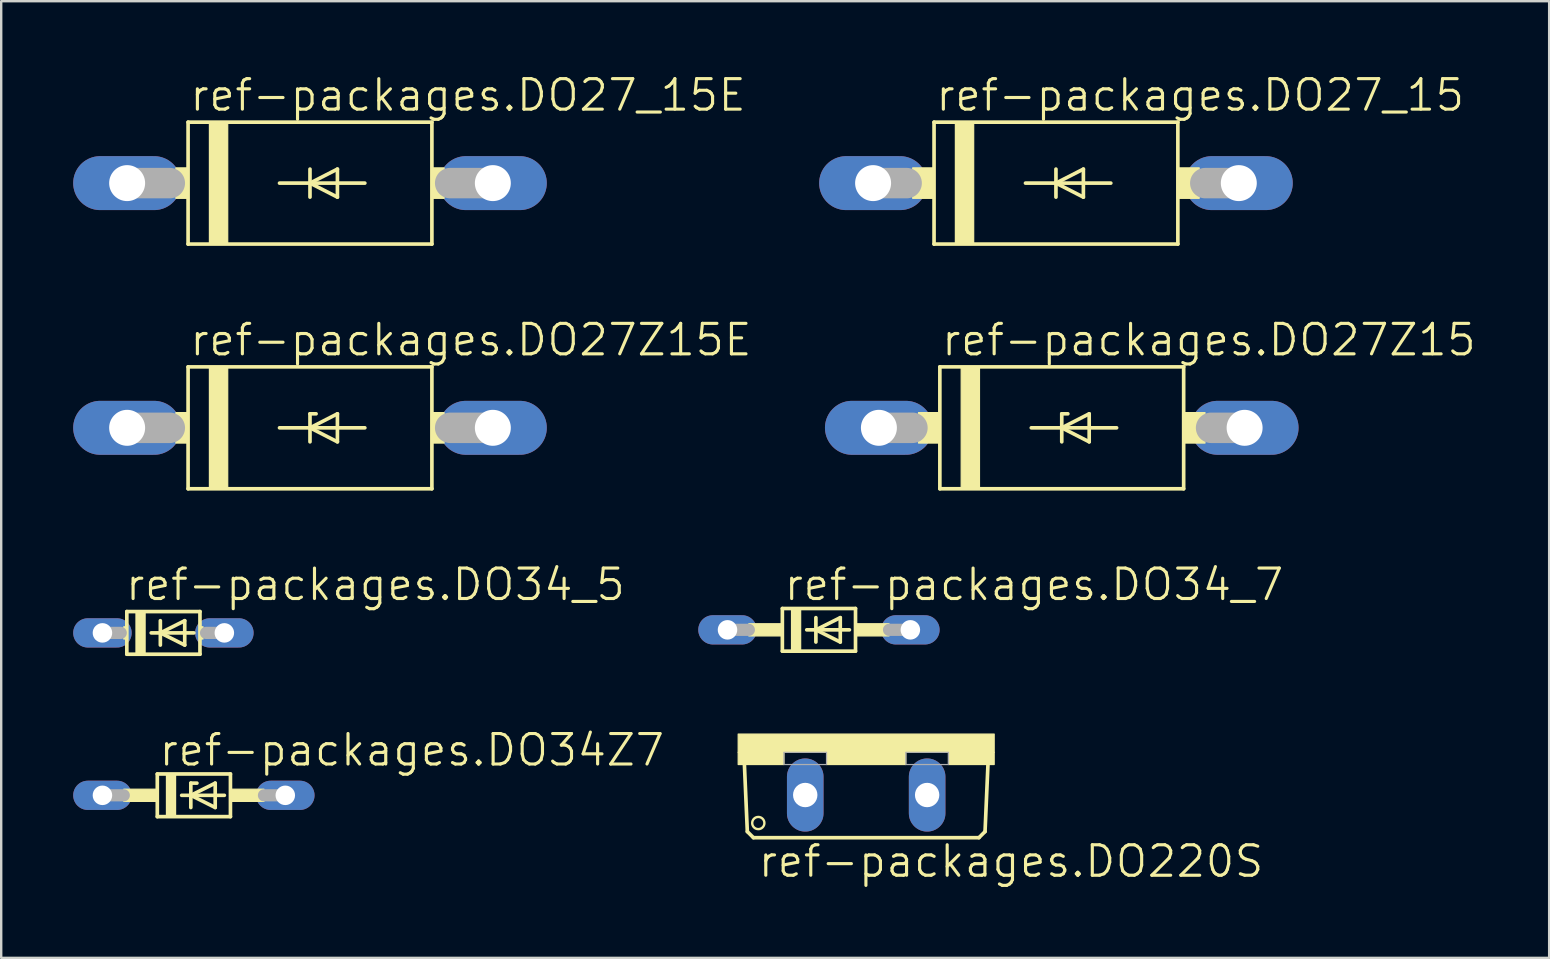
<source format=kicad_pcb>
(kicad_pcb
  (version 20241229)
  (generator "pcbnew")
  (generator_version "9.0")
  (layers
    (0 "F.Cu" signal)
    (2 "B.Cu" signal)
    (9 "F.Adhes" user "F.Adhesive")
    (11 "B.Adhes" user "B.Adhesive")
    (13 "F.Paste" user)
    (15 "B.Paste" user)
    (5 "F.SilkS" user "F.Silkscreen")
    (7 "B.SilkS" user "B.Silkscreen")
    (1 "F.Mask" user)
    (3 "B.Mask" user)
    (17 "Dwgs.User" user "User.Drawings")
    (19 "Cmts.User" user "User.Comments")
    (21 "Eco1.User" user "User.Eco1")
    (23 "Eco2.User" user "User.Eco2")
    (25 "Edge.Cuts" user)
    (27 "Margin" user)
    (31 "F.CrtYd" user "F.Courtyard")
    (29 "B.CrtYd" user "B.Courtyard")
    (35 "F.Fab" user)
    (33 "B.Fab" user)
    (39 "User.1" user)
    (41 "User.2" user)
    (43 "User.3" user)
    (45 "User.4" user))
  (footprint "ref-packages.DO27_15E"
    (layer "F.Cu")
    (at 9.868 4.581)
    (property "Reference" "ref-packages.DO27_15E" (at -5.08 -2.921 0) (layer "F.SilkS") (effects (font (size 1.27 1.27) (thickness 0.13)) (justify left bottom)))
    (attr through_hole)
    (fp_line (start -5.08 -2.54) (end 5.08 -2.54) (stroke (width 0.152) (type default)) (layer "F.SilkS"))
    (fp_line (start -5.08 2.54) (end -5.08 -2.54) (stroke (width 0.152) (type default)) (layer "F.SilkS"))
    (fp_line (start -1.27 0) (end 0 0) (stroke (width 0.152) (type default)) (layer "F.SilkS"))
    (fp_line (start 0 -0.584) (end 0 0) (stroke (width 0.152) (type default)) (layer "F.SilkS"))
    (fp_line (start 0 0) (end 0 0.584) (stroke (width 0.152) (type default)) (layer "F.SilkS"))
    (fp_line (start 0 0) (end 1.143 -0.584) (stroke (width 0.152) (type default)) (layer "F.SilkS"))
    (fp_line (start 0 0) (end 2.286 0) (stroke (width 0.152) (type default)) (layer "F.SilkS"))
    (fp_line (start 1.143 -0.584) (end 1.143 0.584) (stroke (width 0.152) (type default)) (layer "F.SilkS"))
    (fp_line (start 1.143 0.584) (end 0 0) (stroke (width 0.152) (type default)) (layer "F.SilkS"))
    (fp_line (start 5.08 -2.54) (end 5.08 2.54) (stroke (width 0.152) (type default)) (layer "F.SilkS"))
    (fp_line (start 5.08 2.54) (end -5.08 2.54) (stroke (width 0.152) (type default)) (layer "F.SilkS"))
    (fp_rect (start -5.588 0.635) (end -5.08 -0.635) (stroke (width 0.05) (type default)) (fill yes) (layer "F.SilkS"))
    (fp_rect (start -4.191 2.54) (end -3.429 -2.54) (stroke (width 0.05) (type default)) (fill yes) (layer "F.SilkS"))
    (fp_rect (start 5.08 0.635) (end 5.588 -0.635) (stroke (width 0.05) (type default)) (fill yes) (layer "F.SilkS"))
    (fp_line (start -7.62 0) (end -5.842 0) (stroke (width 1.27) (type default)) (layer "F.Fab"))
    (fp_line (start 7.62 0) (end 5.842 0) (stroke (width 1.27) (type default)) (layer "F.Fab"))
    (pad "A" thru_hole oval (at 7.62 0) (size 4.496 2.248) (drill 1.499) (layers "*.Cu" "*.Mask"))
    (pad "C" thru_hole oval (at -7.62 0) (size 4.496 2.248) (drill 1.499) (layers "*.Cu" "*.Mask")))
  (footprint "ref-packages.DO34Z7"
    (layer "F.Cu")
    (at 5.029 30.093)
    (property "Reference" "ref-packages.DO34Z7" (at -1.524 -1.143 0) (layer "F.SilkS") (effects (font (size 1.27 1.27) (thickness 0.13)) (justify left bottom)))
    (attr through_hole)
    (fp_line (start -1.524 -0.889) (end -1.524 0.889) (stroke (width 0.152) (type default)) (layer "F.SilkS"))
    (fp_line (start -1.524 0.889) (end 1.524 0.889) (stroke (width 0.152) (type default)) (layer "F.SilkS"))
    (fp_line (start -0.508 0) (end -0.127 0) (stroke (width 0.152) (type default)) (layer "F.SilkS"))
    (fp_line (start -0.127 -0.508) (end -0.127 0) (stroke (width 0.152) (type default)) (layer "F.SilkS"))
    (fp_line (start -0.127 0) (end -0.127 0.508) (stroke (width 0.152) (type default)) (layer "F.SilkS"))
    (fp_line (start -0.127 0) (end 0.889 -0.508) (stroke (width 0.152) (type default)) (layer "F.SilkS"))
    (fp_line (start -0.127 0) (end 1.27 0) (stroke (width 0.152) (type default)) (layer "F.SilkS"))
    (fp_line (start 0.127 -0.508) (end -0.127 -0.508) (stroke (width 0.152) (type default)) (layer "F.SilkS"))
    (fp_line (start 0.889 -0.508) (end 0.889 0.508) (stroke (width 0.152) (type default)) (layer "F.SilkS"))
    (fp_line (start 0.889 0.508) (end -0.127 0) (stroke (width 0.152) (type default)) (layer "F.SilkS"))
    (fp_line (start 1.524 -0.889) (end -1.524 -0.889) (stroke (width 0.152) (type default)) (layer "F.SilkS"))
    (fp_line (start 1.524 0.889) (end 1.524 -0.889) (stroke (width 0.152) (type default)) (layer "F.SilkS"))
    (fp_rect (start -2.921 0.254) (end -1.524 -0.254) (stroke (width 0.05) (type default)) (fill yes) (layer "F.SilkS"))
    (fp_rect (start -1.143 0.889) (end -0.762 -0.889) (stroke (width 0.05) (type default)) (fill yes) (layer "F.SilkS"))
    (fp_rect (start 1.524 0.254) (end 2.921 -0.254) (stroke (width 0.05) (type default)) (fill yes) (layer "F.SilkS"))
    (fp_line (start -3.81 0) (end -2.921 0) (stroke (width 0.508) (type default)) (layer "F.Fab"))
    (fp_line (start 3.81 0) (end 2.921 0) (stroke (width 0.508) (type default)) (layer "F.Fab"))
    (pad "A" thru_hole oval (at 3.81 0) (size 2.438 1.219) (drill 0.813) (layers "*.Cu" "*.Mask"))
    (pad "C" thru_hole oval (at -3.81 0) (size 2.438 1.219) (drill 0.813) (layers "*.Cu" "*.Mask")))
  (footprint "ref-packages.DO27Z15E"
    (layer "F.Cu")
    (at 9.868 14.778)
    (property "Reference" "ref-packages.DO27Z15E" (at -5.08 -2.921 0) (layer "F.SilkS") (effects (font (size 1.27 1.27) (thickness 0.13)) (justify left bottom)))
    (attr through_hole)
    (fp_line (start -5.08 -2.54) (end 5.08 -2.54) (stroke (width 0.152) (type default)) (layer "F.SilkS"))
    (fp_line (start -5.08 2.54) (end -5.08 -2.54) (stroke (width 0.152) (type default)) (layer "F.SilkS"))
    (fp_line (start -1.27 0) (end 0 0) (stroke (width 0.152) (type default)) (layer "F.SilkS"))
    (fp_line (start 0 -0.584) (end 0 0) (stroke (width 0.152) (type default)) (layer "F.SilkS"))
    (fp_line (start 0 -0.584) (end 0.254 -0.584) (stroke (width 0.152) (type default)) (layer "F.SilkS"))
    (fp_line (start 0 0) (end 0 0.584) (stroke (width 0.152) (type default)) (layer "F.SilkS"))
    (fp_line (start 0 0) (end 1.143 -0.584) (stroke (width 0.152) (type default)) (layer "F.SilkS"))
    (fp_line (start 0 0) (end 2.286 0) (stroke (width 0.152) (type default)) (layer "F.SilkS"))
    (fp_line (start 1.143 -0.584) (end 1.143 0.584) (stroke (width 0.152) (type default)) (layer "F.SilkS"))
    (fp_line (start 1.143 0.584) (end 0 0) (stroke (width 0.152) (type default)) (layer "F.SilkS"))
    (fp_line (start 5.08 -2.54) (end 5.08 2.54) (stroke (width 0.152) (type default)) (layer "F.SilkS"))
    (fp_line (start 5.08 2.54) (end -5.08 2.54) (stroke (width 0.152) (type default)) (layer "F.SilkS"))
    (fp_rect (start -5.588 0.635) (end -5.08 -0.635) (stroke (width 0.05) (type default)) (fill yes) (layer "F.SilkS"))
    (fp_rect (start -4.191 2.54) (end -3.429 -2.54) (stroke (width 0.05) (type default)) (fill yes) (layer "F.SilkS"))
    (fp_rect (start 5.08 0.635) (end 5.588 -0.635) (stroke (width 0.05) (type default)) (fill yes) (layer "F.SilkS"))
    (fp_line (start -7.62 0) (end -5.842 0) (stroke (width 1.27) (type default)) (layer "F.Fab"))
    (fp_line (start 7.62 0) (end 5.842 0) (stroke (width 1.27) (type default)) (layer "F.Fab"))
    (pad "A" thru_hole oval (at 7.62 0) (size 4.496 2.248) (drill 1.499) (layers "*.Cu" "*.Mask"))
    (pad "C" thru_hole oval (at -7.62 0) (size 4.496 2.248) (drill 1.499) (layers "*.Cu" "*.Mask")))
  (footprint "ref-packages.DO220S"
    (layer "F.Cu")
    (at 33.046 27.54)
    (property "Reference" "ref-packages.DO220S" (at -4.572 6.045 0) (layer "F.SilkS") (effects (font (size 1.27 1.27) (thickness 0.13)) (justify left bottom)))
    (attr through_hole)
    (fp_line (start -4.953 4.064) (end -5.08 1.143) (stroke (width 0.152) (type default)) (layer "F.SilkS"))
    (fp_line (start -4.953 4.064) (end -4.699 4.318) (stroke (width 0.152) (type default)) (layer "F.SilkS"))
    (fp_line (start 4.699 4.318) (end -4.699 4.318) (stroke (width 0.152) (type default)) (layer "F.SilkS"))
    (fp_line (start 4.699 4.318) (end 4.953 4.064) (stroke (width 0.152) (type default)) (layer "F.SilkS"))
    (fp_line (start 5.08 1.143) (end 4.953 4.064) (stroke (width 0.152) (type default)) (layer "F.SilkS"))
    (fp_rect (start -5.334 0.762) (end 5.334 0) (stroke (width 0.05) (type default)) (fill yes) (layer "F.SilkS"))
    (fp_rect (start -5.334 1.27) (end -3.429 0.762) (stroke (width 0.05) (type default)) (fill yes) (layer "F.SilkS"))
    (fp_rect (start -1.651 1.27) (end 1.651 0.762) (stroke (width 0.05) (type default)) (fill yes) (layer "F.SilkS"))
    (fp_rect (start 3.429 1.27) (end 5.334 0.762) (stroke (width 0.05) (type default)) (fill yes) (layer "F.SilkS"))
    (fp_circle (center -4.496 3.708) (end -4.242 3.708) (stroke (width 0.1) (type default)) (fill no) (layer "F.SilkS"))
    (fp_rect (start -3.429 1.27) (end -1.651 0.762) (stroke (width 0.05) (type default)) (fill no) (layer "F.Fab"))
    (fp_rect (start 1.651 1.27) (end 3.429 0.762) (stroke (width 0.05) (type default)) (fill no) (layer "F.Fab"))
    (pad "A" thru_hole oval (at 2.54 2.54 90) (size 3.048 1.524) (drill 1.016) (layers "*.Cu" "*.Mask"))
    (pad "C" thru_hole oval (at -2.54 2.54 90) (size 3.048 1.524) (drill 1.016) (layers "*.Cu" "*.Mask")))
  (footprint "ref-packages.DO27_15"
    (layer "F.Cu")
    (at 40.954 4.581)
    (property "Reference" "ref-packages.DO27_15" (at -5.08 -2.921 0) (layer "F.SilkS") (effects (font (size 1.27 1.27) (thickness 0.13)) (justify left bottom)))
    (attr through_hole)
    (fp_line (start -5.08 -2.54) (end 5.08 -2.54) (stroke (width 0.152) (type default)) (layer "F.SilkS"))
    (fp_line (start -5.08 2.54) (end -5.08 -2.54) (stroke (width 0.152) (type default)) (layer "F.SilkS"))
    (fp_line (start -1.27 0) (end 0 0) (stroke (width 0.152) (type default)) (layer "F.SilkS"))
    (fp_line (start 0 -0.584) (end 0 0) (stroke (width 0.152) (type default)) (layer "F.SilkS"))
    (fp_line (start 0 0) (end 0 0.584) (stroke (width 0.152) (type default)) (layer "F.SilkS"))
    (fp_line (start 0 0) (end 1.143 -0.584) (stroke (width 0.152) (type default)) (layer "F.SilkS"))
    (fp_line (start 0 0) (end 2.286 0) (stroke (width 0.152) (type default)) (layer "F.SilkS"))
    (fp_line (start 1.143 -0.584) (end 1.143 0.584) (stroke (width 0.152) (type default)) (layer "F.SilkS"))
    (fp_line (start 1.143 0.584) (end 0 0) (stroke (width 0.152) (type default)) (layer "F.SilkS"))
    (fp_line (start 5.08 -2.54) (end 5.08 2.54) (stroke (width 0.152) (type default)) (layer "F.SilkS"))
    (fp_line (start 5.08 2.54) (end -5.08 2.54) (stroke (width 0.152) (type default)) (layer "F.SilkS"))
    (fp_rect (start -5.969 0.635) (end -5.08 -0.635) (stroke (width 0.05) (type default)) (fill yes) (layer "F.SilkS"))
    (fp_rect (start -4.191 2.54) (end -3.429 -2.54) (stroke (width 0.05) (type default)) (fill yes) (layer "F.SilkS"))
    (fp_rect (start 5.08 0.635) (end 5.969 -0.635) (stroke (width 0.05) (type default)) (fill yes) (layer "F.SilkS"))
    (fp_line (start -7.62 0) (end -6.223 0) (stroke (width 1.27) (type default)) (layer "F.Fab"))
    (fp_line (start 7.62 0) (end 6.223 0) (stroke (width 1.27) (type default)) (layer "F.Fab"))
    (pad "A" thru_hole oval (at 7.62 0) (size 4.496 2.248) (drill 1.499) (layers "*.Cu" "*.Mask"))
    (pad "C" thru_hole oval (at -7.62 0) (size 4.496 2.248) (drill 1.499) (layers "*.Cu" "*.Mask")))
  (footprint "ref-packages.DO34_7"
    (layer "F.Cu")
    (at 31.077 23.197)
    (property "Reference" "ref-packages.DO34_7" (at -1.524 -1.143 0) (layer "F.SilkS") (effects (font (size 1.27 1.27) (thickness 0.13)) (justify left bottom)))
    (attr through_hole)
    (fp_line (start -1.524 -0.889) (end -1.524 0.889) (stroke (width 0.152) (type default)) (layer "F.SilkS"))
    (fp_line (start -1.524 0.889) (end 1.524 0.889) (stroke (width 0.152) (type default)) (layer "F.SilkS"))
    (fp_line (start -0.508 0) (end -0.127 0) (stroke (width 0.152) (type default)) (layer "F.SilkS"))
    (fp_line (start -0.127 -0.508) (end -0.127 0) (stroke (width 0.152) (type default)) (layer "F.SilkS"))
    (fp_line (start -0.127 0) (end -0.127 0.508) (stroke (width 0.152) (type default)) (layer "F.SilkS"))
    (fp_line (start -0.127 0) (end 0.889 -0.508) (stroke (width 0.152) (type default)) (layer "F.SilkS"))
    (fp_line (start -0.127 0) (end 1.27 0) (stroke (width 0.152) (type default)) (layer "F.SilkS"))
    (fp_line (start 0.889 -0.508) (end 0.889 0.508) (stroke (width 0.152) (type default)) (layer "F.SilkS"))
    (fp_line (start 0.889 0.508) (end -0.127 0) (stroke (width 0.152) (type default)) (layer "F.SilkS"))
    (fp_line (start 1.524 -0.889) (end -1.524 -0.889) (stroke (width 0.152) (type default)) (layer "F.SilkS"))
    (fp_line (start 1.524 0.889) (end 1.524 -0.889) (stroke (width 0.152) (type default)) (layer "F.SilkS"))
    (fp_rect (start -2.921 0.254) (end -1.524 -0.254) (stroke (width 0.05) (type default)) (fill yes) (layer "F.SilkS"))
    (fp_rect (start -1.143 0.889) (end -0.762 -0.889) (stroke (width 0.05) (type default)) (fill yes) (layer "F.SilkS"))
    (fp_rect (start 1.524 0.254) (end 2.921 -0.254) (stroke (width 0.05) (type default)) (fill yes) (layer "F.SilkS"))
    (fp_line (start -3.81 0) (end -2.921 0) (stroke (width 0.508) (type default)) (layer "F.Fab"))
    (fp_line (start 3.81 0) (end 2.921 0) (stroke (width 0.508) (type default)) (layer "F.Fab"))
    (pad "A" thru_hole oval (at 3.81 0) (size 2.438 1.219) (drill 0.813) (layers "*.Cu" "*.Mask"))
    (pad "C" thru_hole oval (at -3.81 0) (size 2.438 1.219) (drill 0.813) (layers "*.Cu" "*.Mask")))
  (footprint "ref-packages.DO34_5"
    (layer "F.Cu")
    (at 3.759 23.324)
    (property "Reference" "ref-packages.DO34_5" (at -1.651 -1.27 0) (layer "F.SilkS") (effects (font (size 1.27 1.27) (thickness 0.13)) (justify left bottom)))
    (attr through_hole)
    (fp_line (start -1.524 -0.889) (end -1.524 0.889) (stroke (width 0.152) (type default)) (layer "F.SilkS"))
    (fp_line (start -1.524 0.889) (end 1.524 0.889) (stroke (width 0.152) (type default)) (layer "F.SilkS"))
    (fp_line (start -0.508 0) (end -0.127 0) (stroke (width 0.152) (type default)) (layer "F.SilkS"))
    (fp_line (start -0.127 -0.508) (end -0.127 0) (stroke (width 0.152) (type default)) (layer "F.SilkS"))
    (fp_line (start -0.127 0) (end -0.127 0.508) (stroke (width 0.152) (type default)) (layer "F.SilkS"))
    (fp_line (start -0.127 0) (end 0.889 -0.508) (stroke (width 0.152) (type default)) (layer "F.SilkS"))
    (fp_line (start -0.127 0) (end 1.27 0) (stroke (width 0.152) (type default)) (layer "F.SilkS"))
    (fp_line (start 0.889 -0.508) (end 0.889 0.508) (stroke (width 0.152) (type default)) (layer "F.SilkS"))
    (fp_line (start 0.889 0.508) (end -0.127 0) (stroke (width 0.152) (type default)) (layer "F.SilkS"))
    (fp_line (start 1.524 -0.889) (end -1.524 -0.889) (stroke (width 0.152) (type default)) (layer "F.SilkS"))
    (fp_line (start 1.524 0.889) (end 1.524 -0.889) (stroke (width 0.152) (type default)) (layer "F.SilkS"))
    (fp_rect (start -1.651 0.254) (end -1.524 -0.254) (stroke (width 0.05) (type default)) (fill yes) (layer "F.SilkS"))
    (fp_rect (start -1.143 0.889) (end -0.762 -0.889) (stroke (width 0.05) (type default)) (fill yes) (layer "F.SilkS"))
    (fp_rect (start 1.524 0.254) (end 1.651 -0.254) (stroke (width 0.05) (type default)) (fill yes) (layer "F.SilkS"))
    (fp_line (start -2.54 0) (end -1.778 0) (stroke (width 0.508) (type default)) (layer "F.Fab"))
    (fp_line (start 2.54 0) (end 1.778 0) (stroke (width 0.508) (type default)) (layer "F.Fab"))
    (pad "A" thru_hole oval (at 2.54 0) (size 2.438 1.219) (drill 0.813) (layers "*.Cu" "*.Mask"))
    (pad "C" thru_hole oval (at -2.54 0) (size 2.438 1.219) (drill 0.813) (layers "*.Cu" "*.Mask")))
  (footprint "ref-packages.DO27Z15"
    (layer "F.Cu")
    (at 41.196 14.778)
    (property "Reference" "ref-packages.DO27Z15" (at -5.08 -2.921 0) (layer "F.SilkS") (effects (font (size 1.27 1.27) (thickness 0.13)) (justify left bottom)))
    (attr through_hole)
    (fp_line (start -5.08 -2.54) (end 5.08 -2.54) (stroke (width 0.152) (type default)) (layer "F.SilkS"))
    (fp_line (start -5.08 2.54) (end -5.08 -2.54) (stroke (width 0.152) (type default)) (layer "F.SilkS"))
    (fp_line (start -1.27 0) (end 0 0) (stroke (width 0.152) (type default)) (layer "F.SilkS"))
    (fp_line (start 0 -0.584) (end 0 0) (stroke (width 0.152) (type default)) (layer "F.SilkS"))
    (fp_line (start 0 -0.584) (end 0.254 -0.584) (stroke (width 0.152) (type default)) (layer "F.SilkS"))
    (fp_line (start 0 0) (end 0 0.584) (stroke (width 0.152) (type default)) (layer "F.SilkS"))
    (fp_line (start 0 0) (end 1.143 -0.584) (stroke (width 0.152) (type default)) (layer "F.SilkS"))
    (fp_line (start 0 0) (end 2.286 0) (stroke (width 0.152) (type default)) (layer "F.SilkS"))
    (fp_line (start 1.143 -0.584) (end 1.143 0.584) (stroke (width 0.152) (type default)) (layer "F.SilkS"))
    (fp_line (start 1.143 0.584) (end 0 0) (stroke (width 0.152) (type default)) (layer "F.SilkS"))
    (fp_line (start 5.08 -2.54) (end 5.08 2.54) (stroke (width 0.152) (type default)) (layer "F.SilkS"))
    (fp_line (start 5.08 2.54) (end -5.08 2.54) (stroke (width 0.152) (type default)) (layer "F.SilkS"))
    (fp_rect (start -5.969 0.635) (end -5.08 -0.635) (stroke (width 0.05) (type default)) (fill yes) (layer "F.SilkS"))
    (fp_rect (start -4.191 2.54) (end -3.429 -2.54) (stroke (width 0.05) (type default)) (fill yes) (layer "F.SilkS"))
    (fp_rect (start 5.08 0.635) (end 5.969 -0.635) (stroke (width 0.05) (type default)) (fill yes) (layer "F.SilkS"))
    (fp_line (start -7.62 0) (end -6.223 0) (stroke (width 1.27) (type default)) (layer "F.Fab"))
    (fp_line (start 7.62 0) (end 6.223 0) (stroke (width 1.27) (type default)) (layer "F.Fab"))
    (pad "A" thru_hole oval (at 7.62 0) (size 4.496 2.248) (drill 1.499) (layers "*.Cu" "*.Mask"))
    (pad "C" thru_hole oval (at -7.62 0) (size 4.496 2.248) (drill 1.499) (layers "*.Cu" "*.Mask")))
  (gr_rect
    (start -3 -3)
    (end 61.507 36.867)
    (stroke (width 0.1) (type default))
    (fill no)
    (layer "Edge.Cuts")))
</source>
